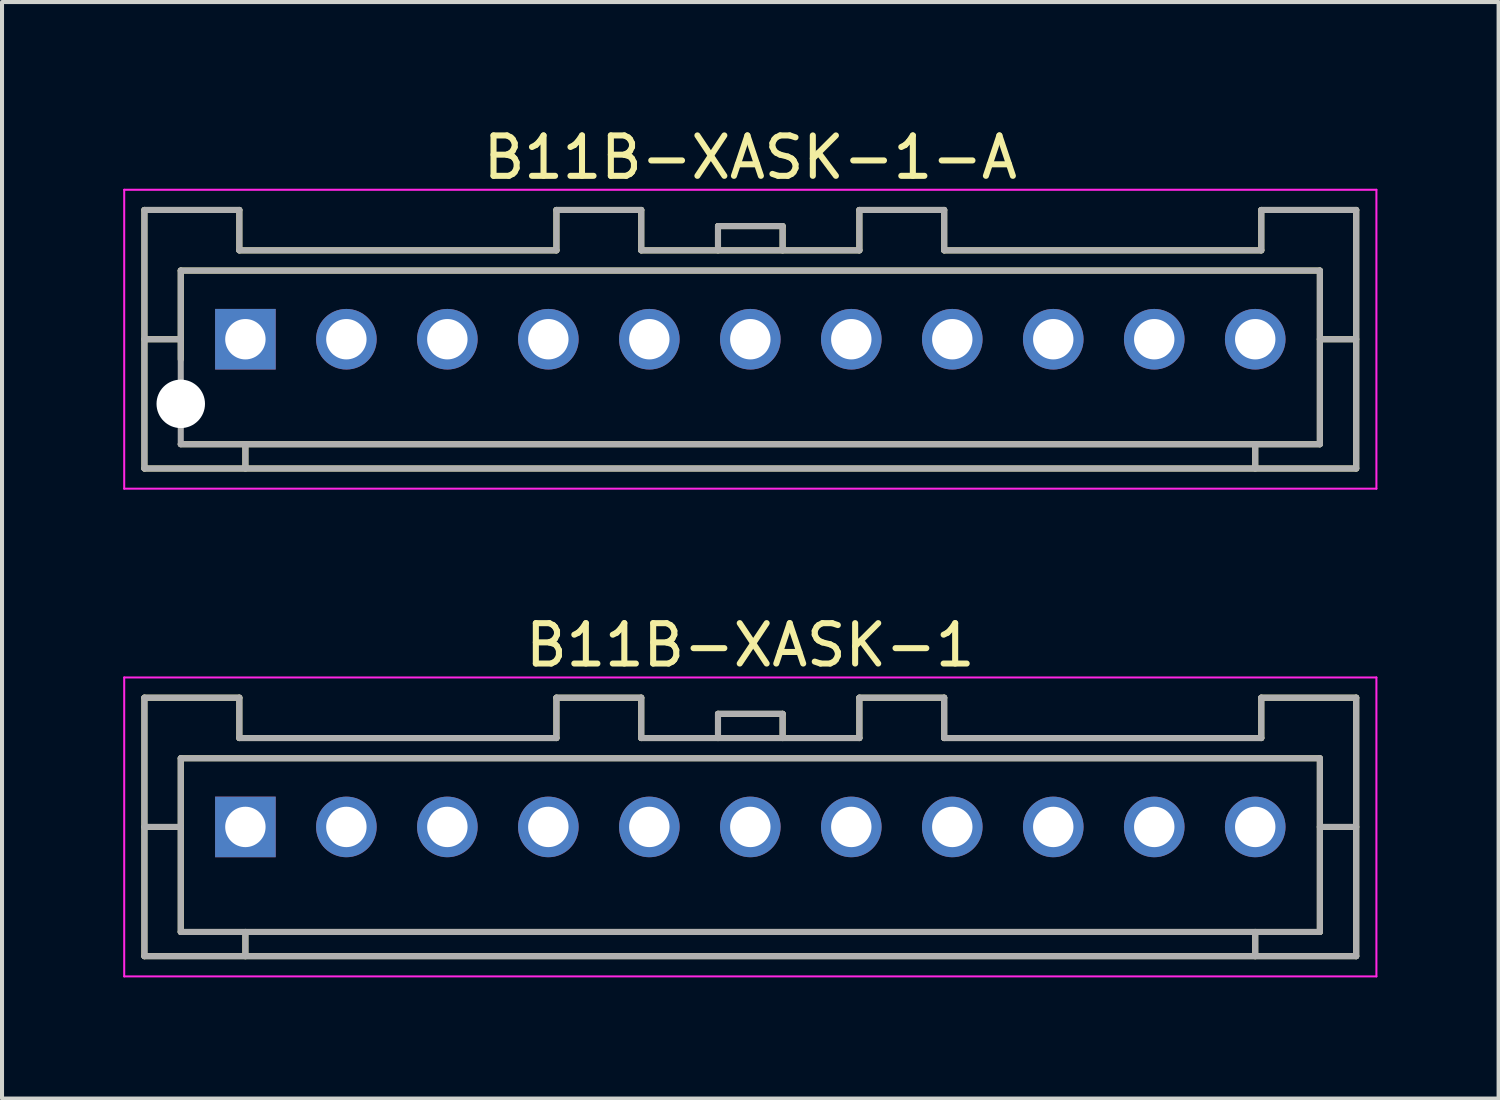
<source format=kicad_pcb>
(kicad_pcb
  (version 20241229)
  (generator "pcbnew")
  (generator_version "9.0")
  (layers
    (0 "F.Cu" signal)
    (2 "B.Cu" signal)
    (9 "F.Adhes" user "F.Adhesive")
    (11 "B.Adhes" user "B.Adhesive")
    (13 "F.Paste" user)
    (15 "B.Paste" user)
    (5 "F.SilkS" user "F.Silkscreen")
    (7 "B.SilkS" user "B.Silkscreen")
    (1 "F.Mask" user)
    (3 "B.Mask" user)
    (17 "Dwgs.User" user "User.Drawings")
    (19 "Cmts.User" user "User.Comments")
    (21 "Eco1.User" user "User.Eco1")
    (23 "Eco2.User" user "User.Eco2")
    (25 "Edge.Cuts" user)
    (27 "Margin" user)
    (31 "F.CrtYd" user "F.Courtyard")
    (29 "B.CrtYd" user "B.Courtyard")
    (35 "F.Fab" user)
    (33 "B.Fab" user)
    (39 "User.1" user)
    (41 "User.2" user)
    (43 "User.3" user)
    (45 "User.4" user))
  (footprint "B11B-XASK-1"
    (layer "F.Cu")
    (at 15.525 17.422)
    (property "Reference" "B11B-XASK-1" (at 0 -4.5 0) (layer "F.SilkS") (effects (font (size 1 1) (thickness 0.15))))
    (attr smd)
    (fp_line (start -15 -3.2) (end -15 3.2) (stroke (width 0.15) (type solid)) (layer "F.SilkS"))
    (fp_line (start -15 -3.2) (end -12.65 -3.2) (stroke (width 0.15) (type solid)) (layer "F.SilkS"))
    (fp_line (start -15 0) (end -14.1 0) (stroke (width 0.15) (type solid)) (layer "F.SilkS"))
    (fp_line (start -15 3.2) (end 15 3.2) (stroke (width 0.15) (type solid)) (layer "F.SilkS"))
    (fp_line (start -14.1 -1.7) (end -14.1 2.6) (stroke (width 0.15) (type solid)) (layer "F.SilkS"))
    (fp_line (start -14.1 -1.7) (end 14.1 -1.7) (stroke (width 0.15) (type solid)) (layer "F.SilkS"))
    (fp_line (start -14.1 2.6) (end 14.1 2.6) (stroke (width 0.15) (type solid)) (layer "F.SilkS"))
    (fp_line (start -12.65 -3.2) (end -12.65 -2.2) (stroke (width 0.15) (type solid)) (layer "F.SilkS"))
    (fp_line (start -12.65 -2.2) (end -4.8 -2.2) (stroke (width 0.15) (type solid)) (layer "F.SilkS"))
    (fp_line (start -12.5 2.6) (end -12.5 3.2) (stroke (width 0.15) (type solid)) (layer "F.SilkS"))
    (fp_line (start -4.8 -3.2) (end -4.8 -2.2) (stroke (width 0.15) (type solid)) (layer "F.SilkS"))
    (fp_line (start -4.8 -3.2) (end -2.7 -3.2) (stroke (width 0.15) (type solid)) (layer "F.SilkS"))
    (fp_line (start -2.7 -3.2) (end -2.7 -2.2) (stroke (width 0.15) (type solid)) (layer "F.SilkS"))
    (fp_line (start -2.7 -2.2) (end 2.7 -2.2) (stroke (width 0.15) (type solid)) (layer "F.SilkS"))
    (fp_line (start -0.8 -2.8) (end -0.8 -2.2) (stroke (width 0.15) (type solid)) (layer "F.SilkS"))
    (fp_line (start -0.8 -2.8) (end 0.8 -2.8) (stroke (width 0.15) (type solid)) (layer "F.SilkS"))
    (fp_line (start 0.8 -2.8) (end 0.8 -2.2) (stroke (width 0.15) (type solid)) (layer "F.SilkS"))
    (fp_line (start 2.7 -3.2) (end 2.7 -2.2) (stroke (width 0.15) (type solid)) (layer "F.SilkS"))
    (fp_line (start 2.7 -3.2) (end 4.8 -3.2) (stroke (width 0.15) (type solid)) (layer "F.SilkS"))
    (fp_line (start 4.8 -3.2) (end 4.8 -2.2) (stroke (width 0.15) (type solid)) (layer "F.SilkS"))
    (fp_line (start 4.8 -2.2) (end 12.65 -2.2) (stroke (width 0.15) (type solid)) (layer "F.SilkS"))
    (fp_line (start 12.5 2.6) (end 12.5 3.2) (stroke (width 0.15) (type solid)) (layer "F.SilkS"))
    (fp_line (start 12.65 -3.2) (end 12.65 -2.2) (stroke (width 0.15) (type solid)) (layer "F.SilkS"))
    (fp_line (start 12.65 -3.2) (end 15 -3.2) (stroke (width 0.15) (type solid)) (layer "F.SilkS"))
    (fp_line (start 14.1 -1.7) (end 14.1 2.6) (stroke (width 0.15) (type solid)) (layer "F.SilkS"))
    (fp_line (start 14.1 0) (end 15 0) (stroke (width 0.15) (type solid)) (layer "F.SilkS"))
    (fp_line (start 15 -3.2) (end 15 3.2) (stroke (width 0.15) (type solid)) (layer "F.SilkS"))
    (fp_line (start -15.5 -3.7) (end -15.5 3.7) (stroke (width 0.05) (type solid)) (layer "F.CrtYd"))
    (fp_line (start -15.5 -3.7) (end 15.5 -3.7) (stroke (width 0.05) (type solid)) (layer "F.CrtYd"))
    (fp_line (start -15.5 3.7) (end 15.5 3.7) (stroke (width 0.05) (type solid)) (layer "F.CrtYd"))
    (fp_line (start 15.5 -3.7) (end 15.5 3.7) (stroke (width 0.05) (type solid)) (layer "F.CrtYd"))
    (fp_line (start -15 -3.2) (end -15 3.2) (stroke (width 0.15) (type solid)) (layer "F.Fab"))
    (fp_line (start -15 -3.2) (end -12.65 -3.2) (stroke (width 0.15) (type solid)) (layer "F.Fab"))
    (fp_line (start -15 0) (end -14.1 0) (stroke (width 0.15) (type solid)) (layer "F.Fab"))
    (fp_line (start -15 3.2) (end 15 3.2) (stroke (width 0.15) (type solid)) (layer "F.Fab"))
    (fp_line (start -14.1 -1.7) (end -14.1 2.6) (stroke (width 0.15) (type solid)) (layer "F.Fab"))
    (fp_line (start -14.1 -1.7) (end 14.1 -1.7) (stroke (width 0.15) (type solid)) (layer "F.Fab"))
    (fp_line (start -14.1 2.6) (end 14.1 2.6) (stroke (width 0.15) (type solid)) (layer "F.Fab"))
    (fp_line (start -12.65 -3.2) (end -12.65 -2.2) (stroke (width 0.15) (type solid)) (layer "F.Fab"))
    (fp_line (start -12.65 -2.2) (end -4.8 -2.2) (stroke (width 0.15) (type solid)) (layer "F.Fab"))
    (fp_line (start -12.5 2.6) (end -12.5 3.2) (stroke (width 0.15) (type solid)) (layer "F.Fab"))
    (fp_line (start -4.8 -3.2) (end -4.8 -2.2) (stroke (width 0.15) (type solid)) (layer "F.Fab"))
    (fp_line (start -4.8 -3.2) (end -2.7 -3.2) (stroke (width 0.15) (type solid)) (layer "F.Fab"))
    (fp_line (start -2.7 -3.2) (end -2.7 -2.2) (stroke (width 0.15) (type solid)) (layer "F.Fab"))
    (fp_line (start -2.7 -2.2) (end 2.7 -2.2) (stroke (width 0.15) (type solid)) (layer "F.Fab"))
    (fp_line (start -0.8 -2.8) (end -0.8 -2.2) (stroke (width 0.15) (type solid)) (layer "F.Fab"))
    (fp_line (start -0.8 -2.8) (end 0.8 -2.8) (stroke (width 0.15) (type solid)) (layer "F.Fab"))
    (fp_line (start 0.8 -2.8) (end 0.8 -2.2) (stroke (width 0.15) (type solid)) (layer "F.Fab"))
    (fp_line (start 2.7 -3.2) (end 2.7 -2.2) (stroke (width 0.15) (type solid)) (layer "F.Fab"))
    (fp_line (start 2.7 -3.2) (end 4.8 -3.2) (stroke (width 0.15) (type solid)) (layer "F.Fab"))
    (fp_line (start 4.8 -3.2) (end 4.8 -2.2) (stroke (width 0.15) (type solid)) (layer "F.Fab"))
    (fp_line (start 4.8 -2.2) (end 12.65 -2.2) (stroke (width 0.15) (type solid)) (layer "F.Fab"))
    (fp_line (start 12.5 2.6) (end 12.5 3.2) (stroke (width 0.15) (type solid)) (layer "F.Fab"))
    (fp_line (start 12.65 -3.2) (end 12.65 -2.2) (stroke (width 0.15) (type solid)) (layer "F.Fab"))
    (fp_line (start 12.65 -3.2) (end 15 -3.2) (stroke (width 0.15) (type solid)) (layer "F.Fab"))
    (fp_line (start 14.1 -1.7) (end 14.1 2.6) (stroke (width 0.15) (type solid)) (layer "F.Fab"))
    (fp_line (start 14.1 0) (end 15 0) (stroke (width 0.15) (type solid)) (layer "F.Fab"))
    (fp_line (start 15 -3.2) (end 15 3.2) (stroke (width 0.15) (type solid)) (layer "F.Fab"))
    (pad "1" thru_hole rect (at -12.5 0) (size 1.5 1.5) (drill 1) (layers "*.Cu" "*.Mask"))
    (pad "2" thru_hole circle (at -10 0) (size 1.5 1.5) (drill 1) (layers "*.Cu" "*.Mask"))
    (pad "3" thru_hole circle (at -7.5 0) (size 1.5 1.5) (drill 1) (layers "*.Cu" "*.Mask"))
    (pad "4" thru_hole circle (at -5 0) (size 1.5 1.5) (drill 1) (layers "*.Cu" "*.Mask"))
    (pad "5" thru_hole circle (at -2.5 0) (size 1.5 1.5) (drill 1) (layers "*.Cu" "*.Mask"))
    (pad "6" thru_hole circle (at 0 0) (size 1.5 1.5) (drill 1) (layers "*.Cu" "*.Mask"))
    (pad "7" thru_hole circle (at 2.5 0) (size 1.5 1.5) (drill 1) (layers "*.Cu" "*.Mask"))
    (pad "8" thru_hole circle (at 5 0) (size 1.5 1.5) (drill 1) (layers "*.Cu" "*.Mask"))
    (pad "9" thru_hole circle (at 7.5 0) (size 1.5 1.5) (drill 1) (layers "*.Cu" "*.Mask"))
    (pad "10" thru_hole circle (at 10 0) (size 1.5 1.5) (drill 1) (layers "*.Cu" "*.Mask"))
    (pad "11" thru_hole circle (at 12.5 0) (size 1.5 1.5) (drill 1) (layers "*.Cu" "*.Mask")))
  (footprint "B11B-XASK-1-A"
    (layer "F.Cu")
    (at 15.525 5.348)
    (property "Reference" "B11B-XASK-1-A" (at 0 -4.5 0) (layer "F.SilkS") (effects (font (size 1 1) (thickness 0.15))))
    (attr smd)
    (fp_line (start -15 -3.2) (end -15 3.2) (stroke (width 0.15) (type solid)) (layer "F.SilkS"))
    (fp_line (start -15 -3.2) (end -12.65 -3.2) (stroke (width 0.15) (type solid)) (layer "F.SilkS"))
    (fp_line (start -15 0) (end -14.1 0) (stroke (width 0.15) (type solid)) (layer "F.SilkS"))
    (fp_line (start -15 3.2) (end 15 3.2) (stroke (width 0.15) (type solid)) (layer "F.SilkS"))
    (fp_line (start -14.1 -1.7) (end -14.1 0.5) (stroke (width 0.15) (type solid)) (layer "F.SilkS"))
    (fp_line (start -14.1 -1.7) (end 14.1 -1.7) (stroke (width 0.15) (type solid)) (layer "F.SilkS"))
    (fp_line (start -14.1 2.6) (end 14.1 2.6) (stroke (width 0.15) (type solid)) (layer "F.SilkS"))
    (fp_line (start -12.65 -3.2) (end -12.65 -2.2) (stroke (width 0.15) (type solid)) (layer "F.SilkS"))
    (fp_line (start -12.65 -2.2) (end -4.8 -2.2) (stroke (width 0.15) (type solid)) (layer "F.SilkS"))
    (fp_line (start -12.5 2.6) (end -12.5 3.2) (stroke (width 0.15) (type solid)) (layer "F.SilkS"))
    (fp_line (start -4.8 -3.2) (end -4.8 -2.2) (stroke (width 0.15) (type solid)) (layer "F.SilkS"))
    (fp_line (start -4.8 -3.2) (end -2.7 -3.2) (stroke (width 0.15) (type solid)) (layer "F.SilkS"))
    (fp_line (start -2.7 -3.2) (end -2.7 -2.2) (stroke (width 0.15) (type solid)) (layer "F.SilkS"))
    (fp_line (start -2.7 -2.2) (end 2.7 -2.2) (stroke (width 0.15) (type solid)) (layer "F.SilkS"))
    (fp_line (start -0.8 -2.8) (end -0.8 -2.2) (stroke (width 0.15) (type solid)) (layer "F.SilkS"))
    (fp_line (start -0.8 -2.8) (end 0.8 -2.8) (stroke (width 0.15) (type solid)) (layer "F.SilkS"))
    (fp_line (start 0.8 -2.8) (end 0.8 -2.2) (stroke (width 0.15) (type solid)) (layer "F.SilkS"))
    (fp_line (start 2.7 -3.2) (end 2.7 -2.2) (stroke (width 0.15) (type solid)) (layer "F.SilkS"))
    (fp_line (start 2.7 -3.2) (end 4.8 -3.2) (stroke (width 0.15) (type solid)) (layer "F.SilkS"))
    (fp_line (start 4.8 -3.2) (end 4.8 -2.2) (stroke (width 0.15) (type solid)) (layer "F.SilkS"))
    (fp_line (start 4.8 -2.2) (end 12.65 -2.2) (stroke (width 0.15) (type solid)) (layer "F.SilkS"))
    (fp_line (start 12.5 2.6) (end 12.5 3.2) (stroke (width 0.15) (type solid)) (layer "F.SilkS"))
    (fp_line (start 12.65 -3.2) (end 12.65 -2.2) (stroke (width 0.15) (type solid)) (layer "F.SilkS"))
    (fp_line (start 12.65 -3.2) (end 15 -3.2) (stroke (width 0.15) (type solid)) (layer "F.SilkS"))
    (fp_line (start 14.1 -1.7) (end 14.1 2.6) (stroke (width 0.15) (type solid)) (layer "F.SilkS"))
    (fp_line (start 14.1 0) (end 15 0) (stroke (width 0.15) (type solid)) (layer "F.SilkS"))
    (fp_line (start 15 -3.2) (end 15 3.2) (stroke (width 0.15) (type solid)) (layer "F.SilkS"))
    (fp_line (start -15.5 -3.7) (end -15.5 3.7) (stroke (width 0.05) (type solid)) (layer "F.CrtYd"))
    (fp_line (start -15.5 -3.7) (end 15.5 -3.7) (stroke (width 0.05) (type solid)) (layer "F.CrtYd"))
    (fp_line (start -15.5 3.7) (end 15.5 3.7) (stroke (width 0.05) (type solid)) (layer "F.CrtYd"))
    (fp_line (start 15.5 -3.7) (end 15.5 3.7) (stroke (width 0.05) (type solid)) (layer "F.CrtYd"))
    (fp_line (start -15 -3.2) (end -15 3.2) (stroke (width 0.15) (type solid)) (layer "F.Fab"))
    (fp_line (start -15 -3.2) (end -12.65 -3.2) (stroke (width 0.15) (type solid)) (layer "F.Fab"))
    (fp_line (start -15 0) (end -14.1 0) (stroke (width 0.15) (type solid)) (layer "F.Fab"))
    (fp_line (start -15 3.2) (end 15 3.2) (stroke (width 0.15) (type solid)) (layer "F.Fab"))
    (fp_line (start -14.1 -1.7) (end -14.1 2.6) (stroke (width 0.15) (type solid)) (layer "F.Fab"))
    (fp_line (start -14.1 -1.7) (end 14.1 -1.7) (stroke (width 0.15) (type solid)) (layer "F.Fab"))
    (fp_line (start -14.1 2.6) (end 14.1 2.6) (stroke (width 0.15) (type solid)) (layer "F.Fab"))
    (fp_line (start -12.65 -3.2) (end -12.65 -2.2) (stroke (width 0.15) (type solid)) (layer "F.Fab"))
    (fp_line (start -12.65 -2.2) (end -4.8 -2.2) (stroke (width 0.15) (type solid)) (layer "F.Fab"))
    (fp_line (start -12.5 2.6) (end -12.5 3.2) (stroke (width 0.15) (type solid)) (layer "F.Fab"))
    (fp_line (start -4.8 -3.2) (end -4.8 -2.2) (stroke (width 0.15) (type solid)) (layer "F.Fab"))
    (fp_line (start -4.8 -3.2) (end -2.7 -3.2) (stroke (width 0.15) (type solid)) (layer "F.Fab"))
    (fp_line (start -2.7 -3.2) (end -2.7 -2.2) (stroke (width 0.15) (type solid)) (layer "F.Fab"))
    (fp_line (start -2.7 -2.2) (end 2.7 -2.2) (stroke (width 0.15) (type solid)) (layer "F.Fab"))
    (fp_line (start -0.8 -2.8) (end -0.8 -2.2) (stroke (width 0.15) (type solid)) (layer "F.Fab"))
    (fp_line (start -0.8 -2.8) (end 0.8 -2.8) (stroke (width 0.15) (type solid)) (layer "F.Fab"))
    (fp_line (start 0.8 -2.8) (end 0.8 -2.2) (stroke (width 0.15) (type solid)) (layer "F.Fab"))
    (fp_line (start 2.7 -3.2) (end 2.7 -2.2) (stroke (width 0.15) (type solid)) (layer "F.Fab"))
    (fp_line (start 2.7 -3.2) (end 4.8 -3.2) (stroke (width 0.15) (type solid)) (layer "F.Fab"))
    (fp_line (start 4.8 -3.2) (end 4.8 -2.2) (stroke (width 0.15) (type solid)) (layer "F.Fab"))
    (fp_line (start 4.8 -2.2) (end 12.65 -2.2) (stroke (width 0.15) (type solid)) (layer "F.Fab"))
    (fp_line (start 12.5 2.6) (end 12.5 3.2) (stroke (width 0.15) (type solid)) (layer "F.Fab"))
    (fp_line (start 12.65 -3.2) (end 12.65 -2.2) (stroke (width 0.15) (type solid)) (layer "F.Fab"))
    (fp_line (start 12.65 -3.2) (end 15 -3.2) (stroke (width 0.15) (type solid)) (layer "F.Fab"))
    (fp_line (start 14.1 -1.7) (end 14.1 2.6) (stroke (width 0.15) (type solid)) (layer "F.Fab"))
    (fp_line (start 14.1 0) (end 15 0) (stroke (width 0.15) (type solid)) (layer "F.Fab"))
    (fp_line (start 15 -3.2) (end 15 3.2) (stroke (width 0.15) (type solid)) (layer "F.Fab"))
    (pad "" np_thru_hole circle (at -14.1 1.6) (size 1.2 1.2) (drill 1.2) (layers "*.Cu" "*.Mask"))
    (pad "1" thru_hole rect (at -12.5 0) (size 1.5 1.5) (drill 1) (layers "*.Cu" "*.Mask"))
    (pad "2" thru_hole circle (at -10 0) (size 1.5 1.5) (drill 1) (layers "*.Cu" "*.Mask"))
    (pad "3" thru_hole circle (at -7.5 0) (size 1.5 1.5) (drill 1) (layers "*.Cu" "*.Mask"))
    (pad "4" thru_hole circle (at -5 0) (size 1.5 1.5) (drill 1) (layers "*.Cu" "*.Mask"))
    (pad "5" thru_hole circle (at -2.5 0) (size 1.5 1.5) (drill 1) (layers "*.Cu" "*.Mask"))
    (pad "6" thru_hole circle (at 0 0) (size 1.5 1.5) (drill 1) (layers "*.Cu" "*.Mask"))
    (pad "7" thru_hole circle (at 2.5 0) (size 1.5 1.5) (drill 1) (layers "*.Cu" "*.Mask"))
    (pad "8" thru_hole circle (at 5 0) (size 1.5 1.5) (drill 1) (layers "*.Cu" "*.Mask"))
    (pad "9" thru_hole circle (at 7.5 0) (size 1.5 1.5) (drill 1) (layers "*.Cu" "*.Mask"))
    (pad "10" thru_hole circle (at 10 0) (size 1.5 1.5) (drill 1) (layers "*.Cu" "*.Mask"))
    (pad "11" thru_hole circle (at 12.5 0) (size 1.5 1.5) (drill 1) (layers "*.Cu" "*.Mask")))
  (gr_rect
    (start -3 -3)
    (end 34.05 24.146)
    (stroke (width 0.1) (type default))
    (fill no)
    (layer "Edge.Cuts")))
</source>
